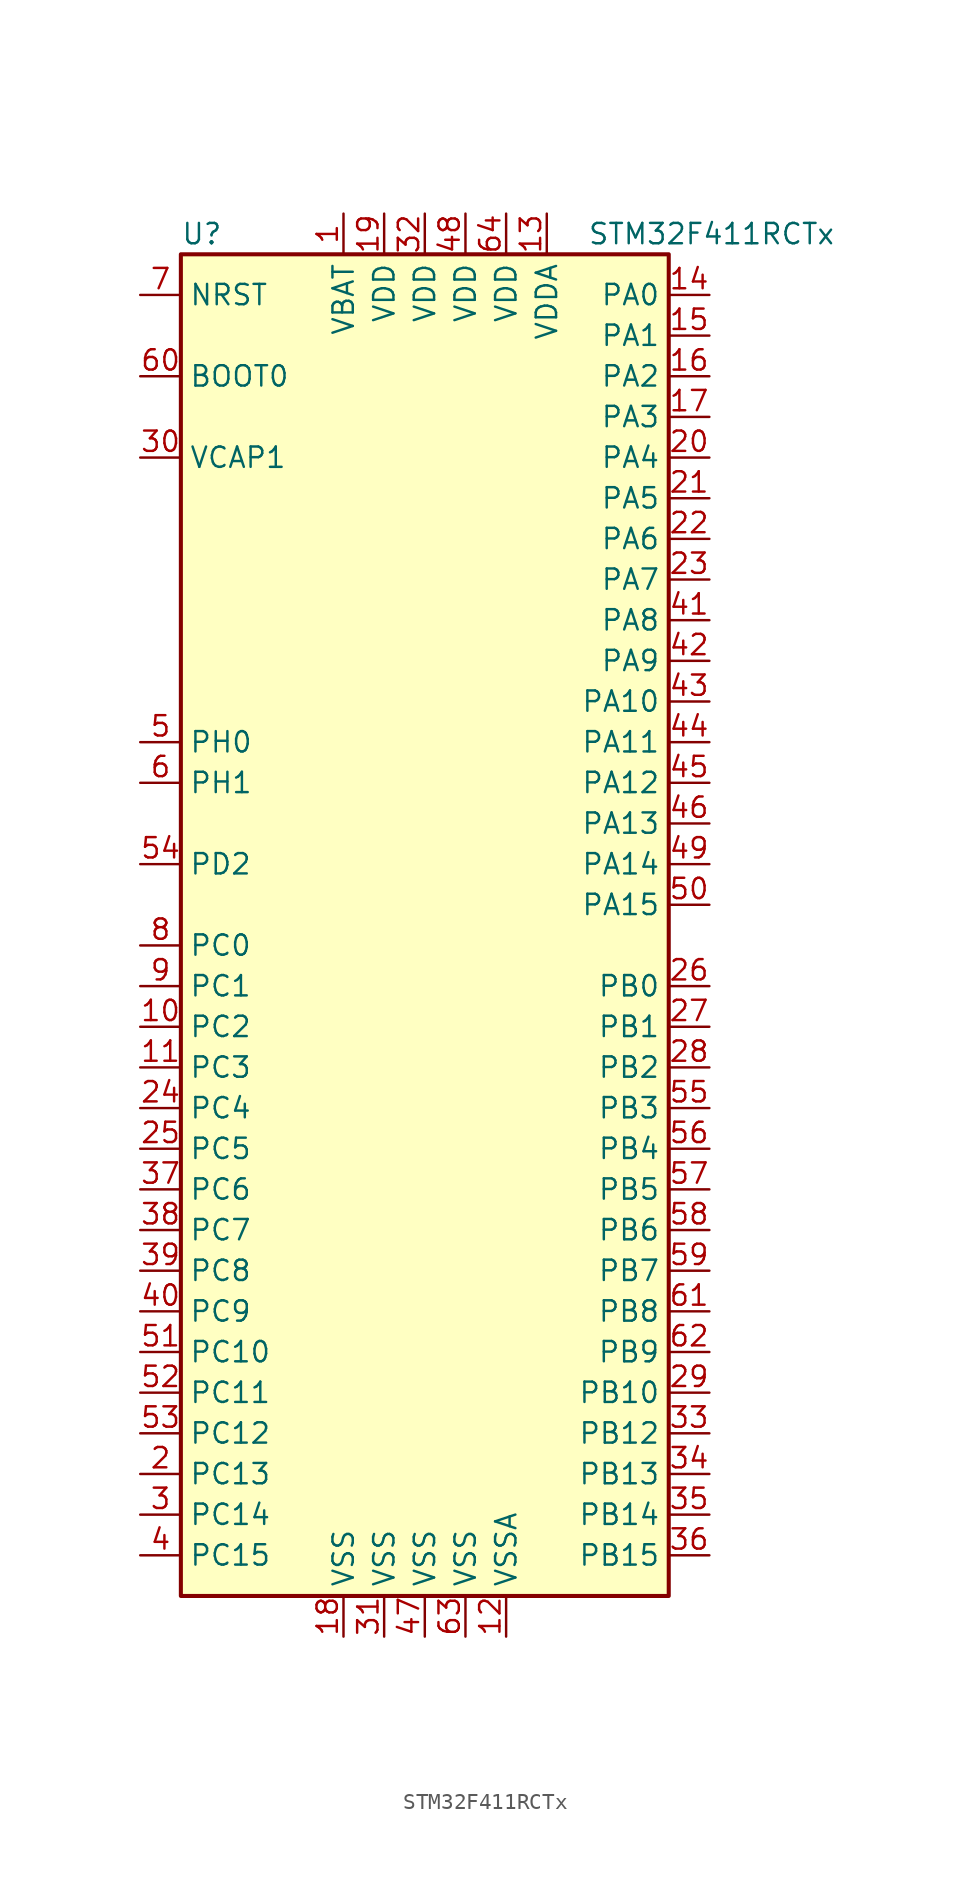
<source format=kicad_sym>
(kicad_symbol_lib
  (version 20201005)
  (generator kicad_symbol_editor)
  (symbol "MCU_ST_STM32F4:STM32F411RCTx"
    (property "Reference" "U"
      (at -15.24 41.91 0)
      (effects (font (size 1.27 1.27)) (justify left)))
    (property "Value" "STM32F411RCTx"
      (at 10.16 41.91 0)
      (effects (font (size 1.27 1.27)) (justify left)))
    (symbol "STM32F411RCTx_0_1"
      (rectangle (start -15.24 -43.18) (end 15.24 40.64) (stroke (width 0.254)) (fill (type background))))
    (symbol "STM32F411RCTx_1_1"
      (pin input line (at -17.78 33.02 0) (length 2.54) (name "BOOT0" (effects (font (size 1.27 1.27)))) (number "60" (effects (font (size 1.27 1.27)))))
      (pin input line (at -17.78 38.1 0) (length 2.54) (name "NRST" (effects (font (size 1.27 1.27)))) (number "7" (effects (font (size 1.27 1.27)))))
      (pin bidirectional line (at 17.78 38.1 180) (length 2.54) (name "PA0" (effects (font (size 1.27 1.27)))) (number "14" (effects (font (size 1.27 1.27)))))
      (pin bidirectional line (at 17.78 35.56 180) (length 2.54) (name "PA1" (effects (font (size 1.27 1.27)))) (number "15" (effects (font (size 1.27 1.27)))))
      (pin bidirectional line (at 17.78 12.7 180) (length 2.54) (name "PA10" (effects (font (size 1.27 1.27)))) (number "43" (effects (font (size 1.27 1.27)))))
      (pin bidirectional line (at 17.78 10.16 180) (length 2.54) (name "PA11" (effects (font (size 1.27 1.27)))) (number "44" (effects (font (size 1.27 1.27)))))
      (pin bidirectional line (at 17.78 7.62 180) (length 2.54) (name "PA12" (effects (font (size 1.27 1.27)))) (number "45" (effects (font (size 1.27 1.27)))))
      (pin bidirectional line (at 17.78 5.08 180) (length 2.54) (name "PA13" (effects (font (size 1.27 1.27)))) (number "46" (effects (font (size 1.27 1.27)))))
      (pin bidirectional line (at 17.78 2.54 180) (length 2.54) (name "PA14" (effects (font (size 1.27 1.27)))) (number "49" (effects (font (size 1.27 1.27)))))
      (pin bidirectional line (at 17.78 0 180) (length 2.54) (name "PA15" (effects (font (size 1.27 1.27)))) (number "50" (effects (font (size 1.27 1.27)))))
      (pin bidirectional line (at 17.78 33.02 180) (length 2.54) (name "PA2" (effects (font (size 1.27 1.27)))) (number "16" (effects (font (size 1.27 1.27)))))
      (pin bidirectional line (at 17.78 30.48 180) (length 2.54) (name "PA3" (effects (font (size 1.27 1.27)))) (number "17" (effects (font (size 1.27 1.27)))))
      (pin bidirectional line (at 17.78 27.94 180) (length 2.54) (name "PA4" (effects (font (size 1.27 1.27)))) (number "20" (effects (font (size 1.27 1.27)))))
      (pin bidirectional line (at 17.78 25.4 180) (length 2.54) (name "PA5" (effects (font (size 1.27 1.27)))) (number "21" (effects (font (size 1.27 1.27)))))
      (pin bidirectional line (at 17.78 22.86 180) (length 2.54) (name "PA6" (effects (font (size 1.27 1.27)))) (number "22" (effects (font (size 1.27 1.27)))))
      (pin bidirectional line (at 17.78 20.32 180) (length 2.54) (name "PA7" (effects (font (size 1.27 1.27)))) (number "23" (effects (font (size 1.27 1.27)))))
      (pin bidirectional line (at 17.78 17.78 180) (length 2.54) (name "PA8" (effects (font (size 1.27 1.27)))) (number "41" (effects (font (size 1.27 1.27)))))
      (pin bidirectional line (at 17.78 15.24 180) (length 2.54) (name "PA9" (effects (font (size 1.27 1.27)))) (number "42" (effects (font (size 1.27 1.27)))))
      (pin bidirectional line (at 17.78 -5.08 180) (length 2.54) (name "PB0" (effects (font (size 1.27 1.27)))) (number "26" (effects (font (size 1.27 1.27)))))
      (pin bidirectional line (at 17.78 -7.62 180) (length 2.54) (name "PB1" (effects (font (size 1.27 1.27)))) (number "27" (effects (font (size 1.27 1.27)))))
      (pin bidirectional line (at 17.78 -30.48 180) (length 2.54) (name "PB10" (effects (font (size 1.27 1.27)))) (number "29" (effects (font (size 1.27 1.27)))))
      (pin bidirectional line (at 17.78 -33.02 180) (length 2.54) (name "PB12" (effects (font (size 1.27 1.27)))) (number "33" (effects (font (size 1.27 1.27)))))
      (pin bidirectional line (at 17.78 -35.56 180) (length 2.54) (name "PB13" (effects (font (size 1.27 1.27)))) (number "34" (effects (font (size 1.27 1.27)))))
      (pin bidirectional line (at 17.78 -38.1 180) (length 2.54) (name "PB14" (effects (font (size 1.27 1.27)))) (number "35" (effects (font (size 1.27 1.27)))))
      (pin bidirectional line (at 17.78 -40.64 180) (length 2.54) (name "PB15" (effects (font (size 1.27 1.27)))) (number "36" (effects (font (size 1.27 1.27)))))
      (pin bidirectional line (at 17.78 -10.16 180) (length 2.54) (name "PB2" (effects (font (size 1.27 1.27)))) (number "28" (effects (font (size 1.27 1.27)))))
      (pin bidirectional line (at 17.78 -12.7 180) (length 2.54) (name "PB3" (effects (font (size 1.27 1.27)))) (number "55" (effects (font (size 1.27 1.27)))))
      (pin bidirectional line (at 17.78 -15.24 180) (length 2.54) (name "PB4" (effects (font (size 1.27 1.27)))) (number "56" (effects (font (size 1.27 1.27)))))
      (pin bidirectional line (at 17.78 -17.78 180) (length 2.54) (name "PB5" (effects (font (size 1.27 1.27)))) (number "57" (effects (font (size 1.27 1.27)))))
      (pin bidirectional line (at 17.78 -20.32 180) (length 2.54) (name "PB6" (effects (font (size 1.27 1.27)))) (number "58" (effects (font (size 1.27 1.27)))))
      (pin bidirectional line (at 17.78 -22.86 180) (length 2.54) (name "PB7" (effects (font (size 1.27 1.27)))) (number "59" (effects (font (size 1.27 1.27)))))
      (pin bidirectional line (at 17.78 -25.4 180) (length 2.54) (name "PB8" (effects (font (size 1.27 1.27)))) (number "61" (effects (font (size 1.27 1.27)))))
      (pin bidirectional line (at 17.78 -27.94 180) (length 2.54) (name "PB9" (effects (font (size 1.27 1.27)))) (number "62" (effects (font (size 1.27 1.27)))))
      (pin bidirectional line (at -17.78 -2.54 0) (length 2.54) (name "PC0" (effects (font (size 1.27 1.27)))) (number "8" (effects (font (size 1.27 1.27)))))
      (pin bidirectional line (at -17.78 -5.08 0) (length 2.54) (name "PC1" (effects (font (size 1.27 1.27)))) (number "9" (effects (font (size 1.27 1.27)))))
      (pin bidirectional line (at -17.78 -27.94 0) (length 2.54) (name "PC10" (effects (font (size 1.27 1.27)))) (number "51" (effects (font (size 1.27 1.27)))))
      (pin bidirectional line (at -17.78 -30.48 0) (length 2.54) (name "PC11" (effects (font (size 1.27 1.27)))) (number "52" (effects (font (size 1.27 1.27)))))
      (pin bidirectional line (at -17.78 -33.02 0) (length 2.54) (name "PC12" (effects (font (size 1.27 1.27)))) (number "53" (effects (font (size 1.27 1.27)))))
      (pin bidirectional line (at -17.78 -35.56 0) (length 2.54) (name "PC13" (effects (font (size 1.27 1.27)))) (number "2" (effects (font (size 1.27 1.27)))))
      (pin bidirectional line (at -17.78 -38.1 0) (length 2.54) (name "PC14" (effects (font (size 1.27 1.27)))) (number "3" (effects (font (size 1.27 1.27)))))
      (pin bidirectional line (at -17.78 -40.64 0) (length 2.54) (name "PC15" (effects (font (size 1.27 1.27)))) (number "4" (effects (font (size 1.27 1.27)))))
      (pin bidirectional line (at -17.78 -7.62 0) (length 2.54) (name "PC2" (effects (font (size 1.27 1.27)))) (number "10" (effects (font (size 1.27 1.27)))))
      (pin bidirectional line (at -17.78 -10.16 0) (length 2.54) (name "PC3" (effects (font (size 1.27 1.27)))) (number "11" (effects (font (size 1.27 1.27)))))
      (pin bidirectional line (at -17.78 -12.7 0) (length 2.54) (name "PC4" (effects (font (size 1.27 1.27)))) (number "24" (effects (font (size 1.27 1.27)))))
      (pin bidirectional line (at -17.78 -15.24 0) (length 2.54) (name "PC5" (effects (font (size 1.27 1.27)))) (number "25" (effects (font (size 1.27 1.27)))))
      (pin bidirectional line (at -17.78 -17.78 0) (length 2.54) (name "PC6" (effects (font (size 1.27 1.27)))) (number "37" (effects (font (size 1.27 1.27)))))
      (pin bidirectional line (at -17.78 -20.32 0) (length 2.54) (name "PC7" (effects (font (size 1.27 1.27)))) (number "38" (effects (font (size 1.27 1.27)))))
      (pin bidirectional line (at -17.78 -22.86 0) (length 2.54) (name "PC8" (effects (font (size 1.27 1.27)))) (number "39" (effects (font (size 1.27 1.27)))))
      (pin bidirectional line (at -17.78 -25.4 0) (length 2.54) (name "PC9" (effects (font (size 1.27 1.27)))) (number "40" (effects (font (size 1.27 1.27)))))
      (pin bidirectional line (at -17.78 2.54 0) (length 2.54) (name "PD2" (effects (font (size 1.27 1.27)))) (number "54" (effects (font (size 1.27 1.27)))))
      (pin input line (at -17.78 10.16 0) (length 2.54) (name "PH0" (effects (font (size 1.27 1.27)))) (number "5" (effects (font (size 1.27 1.27)))))
      (pin input line (at -17.78 7.62 0) (length 2.54) (name "PH1" (effects (font (size 1.27 1.27)))) (number "6" (effects (font (size 1.27 1.27)))))
      (pin power_in line (at -5.08 43.18 270) (length 2.54) (name "VBAT" (effects (font (size 1.27 1.27)))) (number "1" (effects (font (size 1.27 1.27)))))
      (pin power_in line (at -17.78 27.94 0) (length 2.54) (name "VCAP1" (effects (font (size 1.27 1.27)))) (number "30" (effects (font (size 1.27 1.27)))))
      (pin power_in line (at -2.54 43.18 270) (length 2.54) (name "VDD" (effects (font (size 1.27 1.27)))) (number "19" (effects (font (size 1.27 1.27)))))
      (pin power_in line (at 0 43.18 270) (length 2.54) (name "VDD" (effects (font (size 1.27 1.27)))) (number "32" (effects (font (size 1.27 1.27)))))
      (pin power_in line (at 2.54 43.18 270) (length 2.54) (name "VDD" (effects (font (size 1.27 1.27)))) (number "48" (effects (font (size 1.27 1.27)))))
      (pin power_in line (at 5.08 43.18 270) (length 2.54) (name "VDD" (effects (font (size 1.27 1.27)))) (number "64" (effects (font (size 1.27 1.27)))))
      (pin power_in line (at 7.62 43.18 270) (length 2.54) (name "VDDA" (effects (font (size 1.27 1.27)))) (number "13" (effects (font (size 1.27 1.27)))))
      (pin power_in line (at -5.08 -45.72 90) (length 2.54) (name "VSS" (effects (font (size 1.27 1.27)))) (number "18" (effects (font (size 1.27 1.27)))))
      (pin power_in line (at -2.54 -45.72 90) (length 2.54) (name "VSS" (effects (font (size 1.27 1.27)))) (number "31" (effects (font (size 1.27 1.27)))))
      (pin power_in line (at 0 -45.72 90) (length 2.54) (name "VSS" (effects (font (size 1.27 1.27)))) (number "47" (effects (font (size 1.27 1.27)))))
      (pin power_in line (at 2.54 -45.72 90) (length 2.54) (name "VSS" (effects (font (size 1.27 1.27)))) (number "63" (effects (font (size 1.27 1.27)))))
      (pin power_in line (at 5.08 -45.72 90) (length 2.54) (name "VSSA" (effects (font (size 1.27 1.27)))) (number "12" (effects (font (size 1.27 1.27))))))))
</source>
